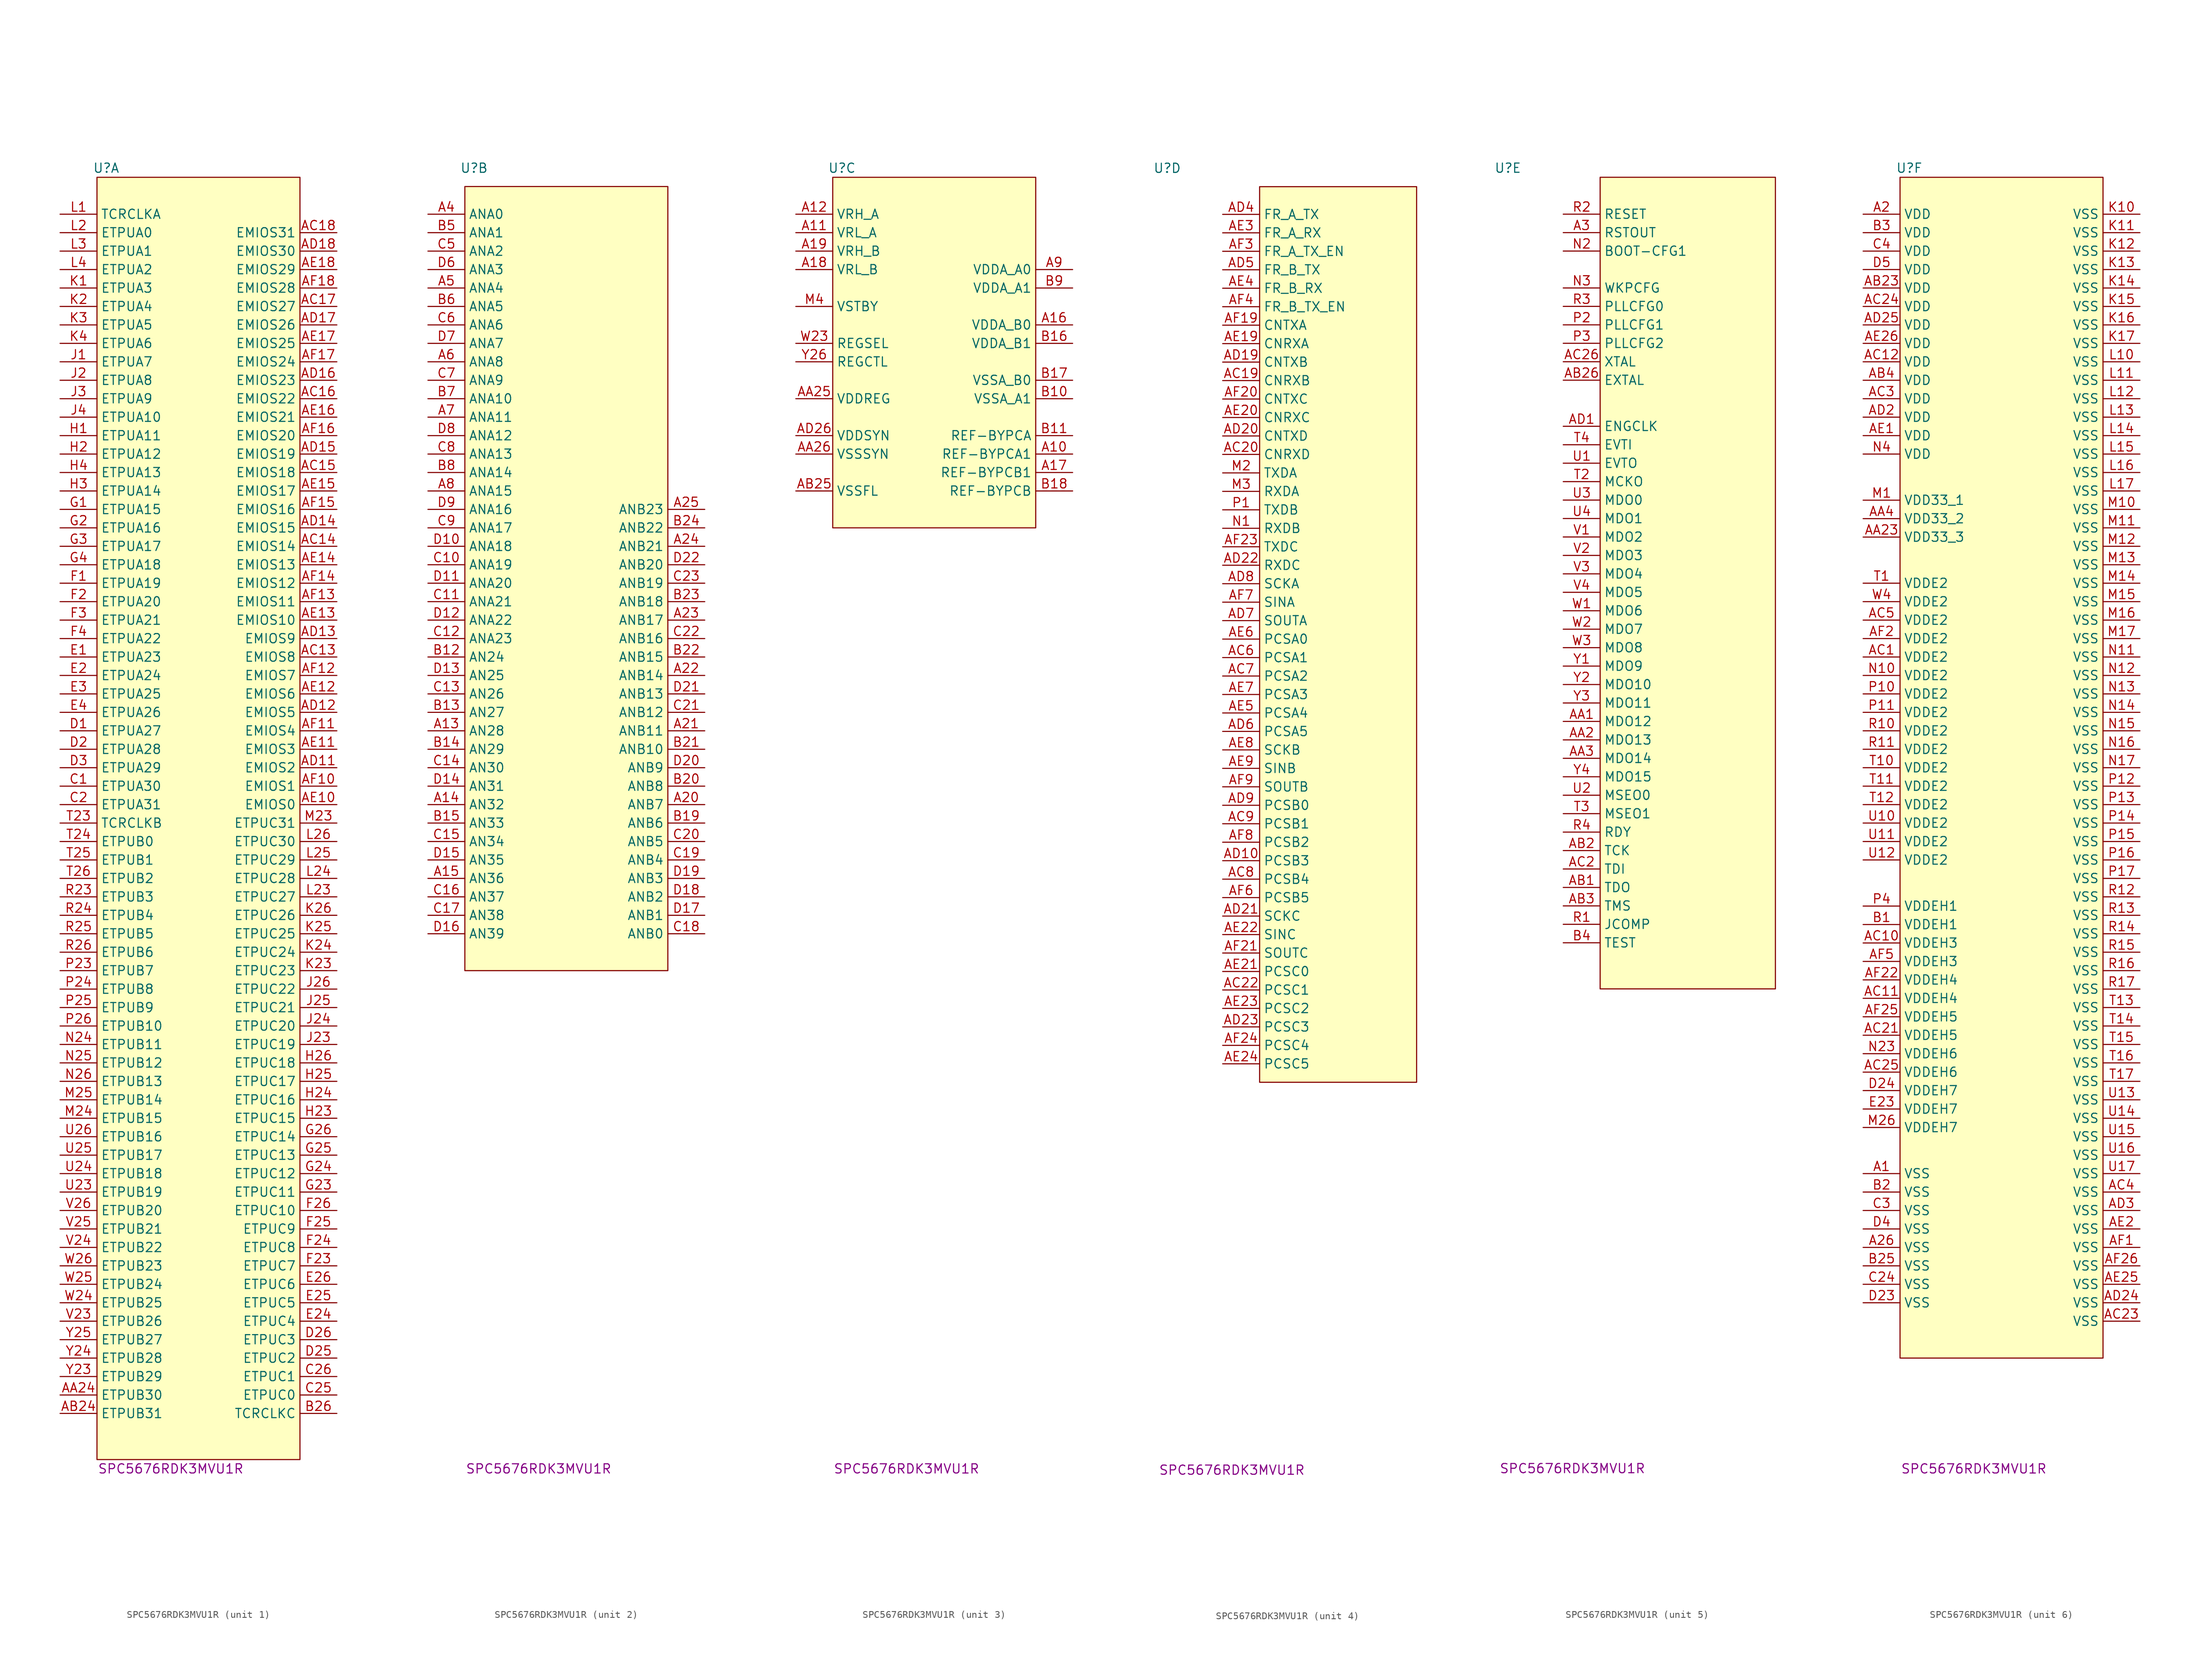
<source format=kicad_sym>
(kicad_symbol_lib
  (version 20231120)
  (generator "kicad_symbol_editor")
  (generator_version "8.0")
  (symbol "SPC5676RDK3MVU1R"
    (property "Reference" "U"
      (at -12.7 6.35 0)
      (effects (font (size 1.27 1.27))))
    (property "Display Value" "SPC5676RDK3MVU1R"
      (at -3.81 -172.72 0)
      (effects (font (size 1.27 1.27))))
    (property "ki_locked" ""
      (at 0 0 0)
      (effects (font (size 1.27 1.27))))
    (symbol "SPC5676RDK3MVU1R_1_1"
      (rectangle (start -13.97 5.08) (end 13.97 -171.45) (stroke (width 0) (type default)) (fill (type background)))
      (pin unspecified line (at -19.05 -162.56 0) (length 5.08) (name "ETPUB30" (effects (font (size 1.27 1.27)))) (number "AA24" (effects (font (size 1.27 1.27)))))
      (pin unspecified line (at -19.05 -165.1 0) (length 5.08) (name "ETPUB31" (effects (font (size 1.27 1.27)))) (number "AB24" (effects (font (size 1.27 1.27)))))
      (pin unspecified line (at 19.05 -60.96 180) (length 5.08) (name "EMIOS8" (effects (font (size 1.27 1.27)))) (number "AC13" (effects (font (size 1.27 1.27)))))
      (pin unspecified line (at 19.05 -45.72 180) (length 5.08) (name "EMIOS14" (effects (font (size 1.27 1.27)))) (number "AC14" (effects (font (size 1.27 1.27)))))
      (pin unspecified line (at 19.05 -35.56 180) (length 5.08) (name "EMIOS18" (effects (font (size 1.27 1.27)))) (number "AC15" (effects (font (size 1.27 1.27)))))
      (pin unspecified line (at 19.05 -25.4 180) (length 5.08) (name "EMIOS22" (effects (font (size 1.27 1.27)))) (number "AC16" (effects (font (size 1.27 1.27)))))
      (pin unspecified line (at 19.05 -12.7 180) (length 5.08) (name "EMIOS27" (effects (font (size 1.27 1.27)))) (number "AC17" (effects (font (size 1.27 1.27)))))
      (pin unspecified line (at 19.05 -2.54 180) (length 5.08) (name "EMIOS31" (effects (font (size 1.27 1.27)))) (number "AC18" (effects (font (size 1.27 1.27)))))
      (pin unspecified line (at 19.05 -76.2 180) (length 5.08) (name "EMIOS2" (effects (font (size 1.27 1.27)))) (number "AD11" (effects (font (size 1.27 1.27)))))
      (pin unspecified line (at 19.05 -68.58 180) (length 5.08) (name "EMIOS5" (effects (font (size 1.27 1.27)))) (number "AD12" (effects (font (size 1.27 1.27)))))
      (pin unspecified line (at 19.05 -58.42 180) (length 5.08) (name "EMIOS9" (effects (font (size 1.27 1.27)))) (number "AD13" (effects (font (size 1.27 1.27)))))
      (pin unspecified line (at 19.05 -43.18 180) (length 5.08) (name "EMIOS15" (effects (font (size 1.27 1.27)))) (number "AD14" (effects (font (size 1.27 1.27)))))
      (pin unspecified line (at 19.05 -33.02 180) (length 5.08) (name "EMIOS19" (effects (font (size 1.27 1.27)))) (number "AD15" (effects (font (size 1.27 1.27)))))
      (pin unspecified line (at 19.05 -22.86 180) (length 5.08) (name "EMIOS23" (effects (font (size 1.27 1.27)))) (number "AD16" (effects (font (size 1.27 1.27)))))
      (pin unspecified line (at 19.05 -15.24 180) (length 5.08) (name "EMIOS26" (effects (font (size 1.27 1.27)))) (number "AD17" (effects (font (size 1.27 1.27)))))
      (pin unspecified line (at 19.05 -5.08 180) (length 5.08) (name "EMIOS30" (effects (font (size 1.27 1.27)))) (number "AD18" (effects (font (size 1.27 1.27)))))
      (pin unspecified line (at 19.05 -81.28 180) (length 5.08) (name "EMIOS0" (effects (font (size 1.27 1.27)))) (number "AE10" (effects (font (size 1.27 1.27)))))
      (pin unspecified line (at 19.05 -73.66 180) (length 5.08) (name "EMIOS3" (effects (font (size 1.27 1.27)))) (number "AE11" (effects (font (size 1.27 1.27)))))
      (pin unspecified line (at 19.05 -66.04 180) (length 5.08) (name "EMIOS6" (effects (font (size 1.27 1.27)))) (number "AE12" (effects (font (size 1.27 1.27)))))
      (pin unspecified line (at 19.05 -55.88 180) (length 5.08) (name "EMIOS10" (effects (font (size 1.27 1.27)))) (number "AE13" (effects (font (size 1.27 1.27)))))
      (pin unspecified line (at 19.05 -48.26 180) (length 5.08) (name "EMIOS13" (effects (font (size 1.27 1.27)))) (number "AE14" (effects (font (size 1.27 1.27)))))
      (pin unspecified line (at 19.05 -38.1 180) (length 5.08) (name "EMIOS17" (effects (font (size 1.27 1.27)))) (number "AE15" (effects (font (size 1.27 1.27)))))
      (pin unspecified line (at 19.05 -27.94 180) (length 5.08) (name "EMIOS21" (effects (font (size 1.27 1.27)))) (number "AE16" (effects (font (size 1.27 1.27)))))
      (pin unspecified line (at 19.05 -17.78 180) (length 5.08) (name "EMIOS25" (effects (font (size 1.27 1.27)))) (number "AE17" (effects (font (size 1.27 1.27)))))
      (pin unspecified line (at 19.05 -7.62 180) (length 5.08) (name "EMIOS29" (effects (font (size 1.27 1.27)))) (number "AE18" (effects (font (size 1.27 1.27)))))
      (pin unspecified line (at 19.05 -78.74 180) (length 5.08) (name "EMIOS1" (effects (font (size 1.27 1.27)))) (number "AF10" (effects (font (size 1.27 1.27)))))
      (pin unspecified line (at 19.05 -71.12 180) (length 5.08) (name "EMIOS4" (effects (font (size 1.27 1.27)))) (number "AF11" (effects (font (size 1.27 1.27)))))
      (pin unspecified line (at 19.05 -63.5 180) (length 5.08) (name "EMIOS7" (effects (font (size 1.27 1.27)))) (number "AF12" (effects (font (size 1.27 1.27)))))
      (pin unspecified line (at 19.05 -53.34 180) (length 5.08) (name "EMIOS11" (effects (font (size 1.27 1.27)))) (number "AF13" (effects (font (size 1.27 1.27)))))
      (pin unspecified line (at 19.05 -50.8 180) (length 5.08) (name "EMIOS12" (effects (font (size 1.27 1.27)))) (number "AF14" (effects (font (size 1.27 1.27)))))
      (pin unspecified line (at 19.05 -40.64 180) (length 5.08) (name "EMIOS16" (effects (font (size 1.27 1.27)))) (number "AF15" (effects (font (size 1.27 1.27)))))
      (pin unspecified line (at 19.05 -30.48 180) (length 5.08) (name "EMIOS20" (effects (font (size 1.27 1.27)))) (number "AF16" (effects (font (size 1.27 1.27)))))
      (pin unspecified line (at 19.05 -20.32 180) (length 5.08) (name "EMIOS24" (effects (font (size 1.27 1.27)))) (number "AF17" (effects (font (size 1.27 1.27)))))
      (pin unspecified line (at 19.05 -10.16 180) (length 5.08) (name "EMIOS28" (effects (font (size 1.27 1.27)))) (number "AF18" (effects (font (size 1.27 1.27)))))
      (pin unspecified line (at 19.05 -165.1 180) (length 5.08) (name "TCRCLKC" (effects (font (size 1.27 1.27)))) (number "B26" (effects (font (size 1.27 1.27)))))
      (pin unspecified line (at -19.05 -78.74 0) (length 5.08) (name "ETPUA30" (effects (font (size 1.27 1.27)))) (number "C1" (effects (font (size 1.27 1.27)))))
      (pin unspecified line (at -19.05 -81.28 0) (length 5.08) (name "ETPUA31" (effects (font (size 1.27 1.27)))) (number "C2" (effects (font (size 1.27 1.27)))))
      (pin unspecified line (at 19.05 -162.56 180) (length 5.08) (name "ETPUC0" (effects (font (size 1.27 1.27)))) (number "C25" (effects (font (size 1.27 1.27)))))
      (pin unspecified line (at 19.05 -160.02 180) (length 5.08) (name "ETPUC1" (effects (font (size 1.27 1.27)))) (number "C26" (effects (font (size 1.27 1.27)))))
      (pin unspecified line (at -19.05 -71.12 0) (length 5.08) (name "ETPUA27" (effects (font (size 1.27 1.27)))) (number "D1" (effects (font (size 1.27 1.27)))))
      (pin unspecified line (at -19.05 -73.66 0) (length 5.08) (name "ETPUA28" (effects (font (size 1.27 1.27)))) (number "D2" (effects (font (size 1.27 1.27)))))
      (pin unspecified line (at 19.05 -157.48 180) (length 5.08) (name "ETPUC2" (effects (font (size 1.27 1.27)))) (number "D25" (effects (font (size 1.27 1.27)))))
      (pin unspecified line (at 19.05 -154.94 180) (length 5.08) (name "ETPUC3" (effects (font (size 1.27 1.27)))) (number "D26" (effects (font (size 1.27 1.27)))))
      (pin unspecified line (at -19.05 -76.2 0) (length 5.08) (name "ETPUA29" (effects (font (size 1.27 1.27)))) (number "D3" (effects (font (size 1.27 1.27)))))
      (pin unspecified line (at -19.05 -60.96 0) (length 5.08) (name "ETPUA23" (effects (font (size 1.27 1.27)))) (number "E1" (effects (font (size 1.27 1.27)))))
      (pin unspecified line (at -19.05 -63.5 0) (length 5.08) (name "ETPUA24" (effects (font (size 1.27 1.27)))) (number "E2" (effects (font (size 1.27 1.27)))))
      (pin unspecified line (at 19.05 -152.4 180) (length 5.08) (name "ETPUC4" (effects (font (size 1.27 1.27)))) (number "E24" (effects (font (size 1.27 1.27)))))
      (pin unspecified line (at 19.05 -149.86 180) (length 5.08) (name "ETPUC5" (effects (font (size 1.27 1.27)))) (number "E25" (effects (font (size 1.27 1.27)))))
      (pin unspecified line (at 19.05 -147.32 180) (length 5.08) (name "ETPUC6" (effects (font (size 1.27 1.27)))) (number "E26" (effects (font (size 1.27 1.27)))))
      (pin unspecified line (at -19.05 -66.04 0) (length 5.08) (name "ETPUA25" (effects (font (size 1.27 1.27)))) (number "E3" (effects (font (size 1.27 1.27)))))
      (pin unspecified line (at -19.05 -68.58 0) (length 5.08) (name "ETPUA26" (effects (font (size 1.27 1.27)))) (number "E4" (effects (font (size 1.27 1.27)))))
      (pin unspecified line (at -19.05 -50.8 0) (length 5.08) (name "ETPUA19" (effects (font (size 1.27 1.27)))) (number "F1" (effects (font (size 1.27 1.27)))))
      (pin unspecified line (at -19.05 -53.34 0) (length 5.08) (name "ETPUA20" (effects (font (size 1.27 1.27)))) (number "F2" (effects (font (size 1.27 1.27)))))
      (pin unspecified line (at 19.05 -144.78 180) (length 5.08) (name "ETPUC7" (effects (font (size 1.27 1.27)))) (number "F23" (effects (font (size 1.27 1.27)))))
      (pin unspecified line (at 19.05 -142.24 180) (length 5.08) (name "ETPUC8" (effects (font (size 1.27 1.27)))) (number "F24" (effects (font (size 1.27 1.27)))))
      (pin unspecified line (at 19.05 -139.7 180) (length 5.08) (name "ETPUC9" (effects (font (size 1.27 1.27)))) (number "F25" (effects (font (size 1.27 1.27)))))
      (pin unspecified line (at 19.05 -137.16 180) (length 5.08) (name "ETPUC10" (effects (font (size 1.27 1.27)))) (number "F26" (effects (font (size 1.27 1.27)))))
      (pin unspecified line (at -19.05 -55.88 0) (length 5.08) (name "ETPUA21" (effects (font (size 1.27 1.27)))) (number "F3" (effects (font (size 1.27 1.27)))))
      (pin unspecified line (at -19.05 -58.42 0) (length 5.08) (name "ETPUA22" (effects (font (size 1.27 1.27)))) (number "F4" (effects (font (size 1.27 1.27)))))
      (pin unspecified line (at -19.05 -40.64 0) (length 5.08) (name "ETPUA15" (effects (font (size 1.27 1.27)))) (number "G1" (effects (font (size 1.27 1.27)))))
      (pin unspecified line (at -19.05 -43.18 0) (length 5.08) (name "ETPUA16" (effects (font (size 1.27 1.27)))) (number "G2" (effects (font (size 1.27 1.27)))))
      (pin unspecified line (at 19.05 -134.62 180) (length 5.08) (name "ETPUC11" (effects (font (size 1.27 1.27)))) (number "G23" (effects (font (size 1.27 1.27)))))
      (pin unspecified line (at 19.05 -132.08 180) (length 5.08) (name "ETPUC12" (effects (font (size 1.27 1.27)))) (number "G24" (effects (font (size 1.27 1.27)))))
      (pin unspecified line (at 19.05 -129.54 180) (length 5.08) (name "ETPUC13" (effects (font (size 1.27 1.27)))) (number "G25" (effects (font (size 1.27 1.27)))))
      (pin unspecified line (at 19.05 -127 180) (length 5.08) (name "ETPUC14" (effects (font (size 1.27 1.27)))) (number "G26" (effects (font (size 1.27 1.27)))))
      (pin unspecified line (at -19.05 -45.72 0) (length 5.08) (name "ETPUA17" (effects (font (size 1.27 1.27)))) (number "G3" (effects (font (size 1.27 1.27)))))
      (pin unspecified line (at -19.05 -48.26 0) (length 5.08) (name "ETPUA18" (effects (font (size 1.27 1.27)))) (number "G4" (effects (font (size 1.27 1.27)))))
      (pin unspecified line (at -19.05 -30.48 0) (length 5.08) (name "ETPUA11" (effects (font (size 1.27 1.27)))) (number "H1" (effects (font (size 1.27 1.27)))))
      (pin unspecified line (at -19.05 -33.02 0) (length 5.08) (name "ETPUA12" (effects (font (size 1.27 1.27)))) (number "H2" (effects (font (size 1.27 1.27)))))
      (pin unspecified line (at 19.05 -124.46 180) (length 5.08) (name "ETPUC15" (effects (font (size 1.27 1.27)))) (number "H23" (effects (font (size 1.27 1.27)))))
      (pin unspecified line (at 19.05 -121.92 180) (length 5.08) (name "ETPUC16" (effects (font (size 1.27 1.27)))) (number "H24" (effects (font (size 1.27 1.27)))))
      (pin unspecified line (at 19.05 -119.38 180) (length 5.08) (name "ETPUC17" (effects (font (size 1.27 1.27)))) (number "H25" (effects (font (size 1.27 1.27)))))
      (pin unspecified line (at 19.05 -116.84 180) (length 5.08) (name "ETPUC18" (effects (font (size 1.27 1.27)))) (number "H26" (effects (font (size 1.27 1.27)))))
      (pin unspecified line (at -19.05 -38.1 0) (length 5.08) (name "ETPUA14" (effects (font (size 1.27 1.27)))) (number "H3" (effects (font (size 1.27 1.27)))))
      (pin unspecified line (at -19.05 -35.56 0) (length 5.08) (name "ETPUA13" (effects (font (size 1.27 1.27)))) (number "H4" (effects (font (size 1.27 1.27)))))
      (pin unspecified line (at -19.05 -20.32 0) (length 5.08) (name "ETPUA7" (effects (font (size 1.27 1.27)))) (number "J1" (effects (font (size 1.27 1.27)))))
      (pin unspecified line (at -19.05 -22.86 0) (length 5.08) (name "ETPUA8" (effects (font (size 1.27 1.27)))) (number "J2" (effects (font (size 1.27 1.27)))))
      (pin unspecified line (at 19.05 -114.3 180) (length 5.08) (name "ETPUC19" (effects (font (size 1.27 1.27)))) (number "J23" (effects (font (size 1.27 1.27)))))
      (pin unspecified line (at 19.05 -111.76 180) (length 5.08) (name "ETPUC20" (effects (font (size 1.27 1.27)))) (number "J24" (effects (font (size 1.27 1.27)))))
      (pin unspecified line (at 19.05 -109.22 180) (length 5.08) (name "ETPUC21" (effects (font (size 1.27 1.27)))) (number "J25" (effects (font (size 1.27 1.27)))))
      (pin unspecified line (at 19.05 -106.68 180) (length 5.08) (name "ETPUC22" (effects (font (size 1.27 1.27)))) (number "J26" (effects (font (size 1.27 1.27)))))
      (pin unspecified line (at -19.05 -25.4 0) (length 5.08) (name "ETPUA9" (effects (font (size 1.27 1.27)))) (number "J3" (effects (font (size 1.27 1.27)))))
      (pin unspecified line (at -19.05 -27.94 0) (length 5.08) (name "ETPUA10" (effects (font (size 1.27 1.27)))) (number "J4" (effects (font (size 1.27 1.27)))))
      (pin unspecified line (at -19.05 -10.16 0) (length 5.08) (name "ETPUA3" (effects (font (size 1.27 1.27)))) (number "K1" (effects (font (size 1.27 1.27)))))
      (pin unspecified line (at -19.05 -12.7 0) (length 5.08) (name "ETPUA4" (effects (font (size 1.27 1.27)))) (number "K2" (effects (font (size 1.27 1.27)))))
      (pin unspecified line (at 19.05 -104.14 180) (length 5.08) (name "ETPUC23" (effects (font (size 1.27 1.27)))) (number "K23" (effects (font (size 1.27 1.27)))))
      (pin unspecified line (at 19.05 -101.6 180) (length 5.08) (name "ETPUC24" (effects (font (size 1.27 1.27)))) (number "K24" (effects (font (size 1.27 1.27)))))
      (pin unspecified line (at 19.05 -99.06 180) (length 5.08) (name "ETPUC25" (effects (font (size 1.27 1.27)))) (number "K25" (effects (font (size 1.27 1.27)))))
      (pin unspecified line (at 19.05 -96.52 180) (length 5.08) (name "ETPUC26" (effects (font (size 1.27 1.27)))) (number "K26" (effects (font (size 1.27 1.27)))))
      (pin unspecified line (at -19.05 -15.24 0) (length 5.08) (name "ETPUA5" (effects (font (size 1.27 1.27)))) (number "K3" (effects (font (size 1.27 1.27)))))
      (pin unspecified line (at -19.05 -17.78 0) (length 5.08) (name "ETPUA6" (effects (font (size 1.27 1.27)))) (number "K4" (effects (font (size 1.27 1.27)))))
      (pin unspecified line (at -19.05 0 0) (length 5.08) (name "TCRCLKA" (effects (font (size 1.27 1.27)))) (number "L1" (effects (font (size 1.27 1.27)))))
      (pin unspecified line (at -19.05 -2.54 0) (length 5.08) (name "ETPUA0" (effects (font (size 1.27 1.27)))) (number "L2" (effects (font (size 1.27 1.27)))))
      (pin unspecified line (at 19.05 -93.98 180) (length 5.08) (name "ETPUC27" (effects (font (size 1.27 1.27)))) (number "L23" (effects (font (size 1.27 1.27)))))
      (pin unspecified line (at 19.05 -91.44 180) (length 5.08) (name "ETPUC28" (effects (font (size 1.27 1.27)))) (number "L24" (effects (font (size 1.27 1.27)))))
      (pin unspecified line (at 19.05 -88.9 180) (length 5.08) (name "ETPUC29" (effects (font (size 1.27 1.27)))) (number "L25" (effects (font (size 1.27 1.27)))))
      (pin unspecified line (at 19.05 -86.36 180) (length 5.08) (name "ETPUC30" (effects (font (size 1.27 1.27)))) (number "L26" (effects (font (size 1.27 1.27)))))
      (pin unspecified line (at -19.05 -5.08 0) (length 5.08) (name "ETPUA1" (effects (font (size 1.27 1.27)))) (number "L3" (effects (font (size 1.27 1.27)))))
      (pin unspecified line (at -19.05 -7.62 0) (length 5.08) (name "ETPUA2" (effects (font (size 1.27 1.27)))) (number "L4" (effects (font (size 1.27 1.27)))))
      (pin unspecified line (at 19.05 -83.82 180) (length 5.08) (name "ETPUC31" (effects (font (size 1.27 1.27)))) (number "M23" (effects (font (size 1.27 1.27)))))
      (pin unspecified line (at -19.05 -124.46 0) (length 5.08) (name "ETPUB15" (effects (font (size 1.27 1.27)))) (number "M24" (effects (font (size 1.27 1.27)))))
      (pin unspecified line (at -19.05 -121.92 0) (length 5.08) (name "ETPUB14" (effects (font (size 1.27 1.27)))) (number "M25" (effects (font (size 1.27 1.27)))))
      (pin unspecified line (at -19.05 -114.3 0) (length 5.08) (name "ETPUB11" (effects (font (size 1.27 1.27)))) (number "N24" (effects (font (size 1.27 1.27)))))
      (pin unspecified line (at -19.05 -116.84 0) (length 5.08) (name "ETPUB12" (effects (font (size 1.27 1.27)))) (number "N25" (effects (font (size 1.27 1.27)))))
      (pin unspecified line (at -19.05 -119.38 0) (length 5.08) (name "ETPUB13" (effects (font (size 1.27 1.27)))) (number "N26" (effects (font (size 1.27 1.27)))))
      (pin unspecified line (at -19.05 -104.14 0) (length 5.08) (name "ETPUB7" (effects (font (size 1.27 1.27)))) (number "P23" (effects (font (size 1.27 1.27)))))
      (pin unspecified line (at -19.05 -106.68 0) (length 5.08) (name "ETPUB8" (effects (font (size 1.27 1.27)))) (number "P24" (effects (font (size 1.27 1.27)))))
      (pin unspecified line (at -19.05 -109.22 0) (length 5.08) (name "ETPUB9" (effects (font (size 1.27 1.27)))) (number "P25" (effects (font (size 1.27 1.27)))))
      (pin unspecified line (at -19.05 -111.76 0) (length 5.08) (name "ETPUB10" (effects (font (size 1.27 1.27)))) (number "P26" (effects (font (size 1.27 1.27)))))
      (pin unspecified line (at -19.05 -93.98 0) (length 5.08) (name "ETPUB3" (effects (font (size 1.27 1.27)))) (number "R23" (effects (font (size 1.27 1.27)))))
      (pin unspecified line (at -19.05 -96.52 0) (length 5.08) (name "ETPUB4" (effects (font (size 1.27 1.27)))) (number "R24" (effects (font (size 1.27 1.27)))))
      (pin unspecified line (at -19.05 -99.06 0) (length 5.08) (name "ETPUB5" (effects (font (size 1.27 1.27)))) (number "R25" (effects (font (size 1.27 1.27)))))
      (pin unspecified line (at -19.05 -101.6 0) (length 5.08) (name "ETPUB6" (effects (font (size 1.27 1.27)))) (number "R26" (effects (font (size 1.27 1.27)))))
      (pin unspecified line (at -19.05 -83.82 0) (length 5.08) (name "TCRCLKB" (effects (font (size 1.27 1.27)))) (number "T23" (effects (font (size 1.27 1.27)))))
      (pin unspecified line (at -19.05 -86.36 0) (length 5.08) (name "ETPUB0" (effects (font (size 1.27 1.27)))) (number "T24" (effects (font (size 1.27 1.27)))))
      (pin unspecified line (at -19.05 -88.9 0) (length 5.08) (name "ETPUB1" (effects (font (size 1.27 1.27)))) (number "T25" (effects (font (size 1.27 1.27)))))
      (pin unspecified line (at -19.05 -91.44 0) (length 5.08) (name "ETPUB2" (effects (font (size 1.27 1.27)))) (number "T26" (effects (font (size 1.27 1.27)))))
      (pin unspecified line (at -19.05 -134.62 0) (length 5.08) (name "ETPUB19" (effects (font (size 1.27 1.27)))) (number "U23" (effects (font (size 1.27 1.27)))))
      (pin unspecified line (at -19.05 -132.08 0) (length 5.08) (name "ETPUB18" (effects (font (size 1.27 1.27)))) (number "U24" (effects (font (size 1.27 1.27)))))
      (pin unspecified line (at -19.05 -129.54 0) (length 5.08) (name "ETPUB17" (effects (font (size 1.27 1.27)))) (number "U25" (effects (font (size 1.27 1.27)))))
      (pin unspecified line (at -19.05 -127 0) (length 5.08) (name "ETPUB16" (effects (font (size 1.27 1.27)))) (number "U26" (effects (font (size 1.27 1.27)))))
      (pin unspecified line (at -19.05 -152.4 0) (length 5.08) (name "ETPUB26" (effects (font (size 1.27 1.27)))) (number "V23" (effects (font (size 1.27 1.27)))))
      (pin unspecified line (at -19.05 -142.24 0) (length 5.08) (name "ETPUB22" (effects (font (size 1.27 1.27)))) (number "V24" (effects (font (size 1.27 1.27)))))
      (pin unspecified line (at -19.05 -139.7 0) (length 5.08) (name "ETPUB21" (effects (font (size 1.27 1.27)))) (number "V25" (effects (font (size 1.27 1.27)))))
      (pin unspecified line (at -19.05 -137.16 0) (length 5.08) (name "ETPUB20" (effects (font (size 1.27 1.27)))) (number "V26" (effects (font (size 1.27 1.27)))))
      (pin unspecified line (at -19.05 -149.86 0) (length 5.08) (name "ETPUB25" (effects (font (size 1.27 1.27)))) (number "W24" (effects (font (size 1.27 1.27)))))
      (pin unspecified line (at -19.05 -147.32 0) (length 5.08) (name "ETPUB24" (effects (font (size 1.27 1.27)))) (number "W25" (effects (font (size 1.27 1.27)))))
      (pin unspecified line (at -19.05 -144.78 0) (length 5.08) (name "ETPUB23" (effects (font (size 1.27 1.27)))) (number "W26" (effects (font (size 1.27 1.27)))))
      (pin unspecified line (at -19.05 -160.02 0) (length 5.08) (name "ETPUB29" (effects (font (size 1.27 1.27)))) (number "Y23" (effects (font (size 1.27 1.27)))))
      (pin unspecified line (at -19.05 -157.48 0) (length 5.08) (name "ETPUB28" (effects (font (size 1.27 1.27)))) (number "Y24" (effects (font (size 1.27 1.27)))))
      (pin unspecified line (at -19.05 -154.94 0) (length 5.08) (name "ETPUB27" (effects (font (size 1.27 1.27)))) (number "Y25" (effects (font (size 1.27 1.27))))))
    (symbol "SPC5676RDK3MVU1R_2_1"
      (rectangle (start -13.97 3.81) (end 13.97 -104.14) (stroke (width 0) (type default)) (fill (type background)))
      (pin unspecified line (at -19.05 -71.12 0) (length 5.08) (name "AN28" (effects (font (size 1.27 1.27)))) (number "A13" (effects (font (size 1.27 1.27)))))
      (pin unspecified line (at -19.05 -81.28 0) (length 5.08) (name "AN32" (effects (font (size 1.27 1.27)))) (number "A14" (effects (font (size 1.27 1.27)))))
      (pin unspecified line (at -19.05 -91.44 0) (length 5.08) (name "AN36" (effects (font (size 1.27 1.27)))) (number "A15" (effects (font (size 1.27 1.27)))))
      (pin unspecified line (at 19.05 -81.28 180) (length 5.08) (name "ANB7" (effects (font (size 1.27 1.27)))) (number "A20" (effects (font (size 1.27 1.27)))))
      (pin unspecified line (at 19.05 -71.12 180) (length 5.08) (name "ANB11" (effects (font (size 1.27 1.27)))) (number "A21" (effects (font (size 1.27 1.27)))))
      (pin unspecified line (at 19.05 -63.5 180) (length 5.08) (name "ANB14" (effects (font (size 1.27 1.27)))) (number "A22" (effects (font (size 1.27 1.27)))))
      (pin unspecified line (at 19.05 -55.88 180) (length 5.08) (name "ANB17" (effects (font (size 1.27 1.27)))) (number "A23" (effects (font (size 1.27 1.27)))))
      (pin unspecified line (at 19.05 -45.72 180) (length 5.08) (name "ANB21" (effects (font (size 1.27 1.27)))) (number "A24" (effects (font (size 1.27 1.27)))))
      (pin unspecified line (at 19.05 -40.64 180) (length 5.08) (name "ANB23" (effects (font (size 1.27 1.27)))) (number "A25" (effects (font (size 1.27 1.27)))))
      (pin unspecified line (at -19.05 0 0) (length 5.08) (name "ANA0" (effects (font (size 1.27 1.27)))) (number "A4" (effects (font (size 1.27 1.27)))))
      (pin unspecified line (at -19.05 -10.16 0) (length 5.08) (name "ANA4" (effects (font (size 1.27 1.27)))) (number "A5" (effects (font (size 1.27 1.27)))))
      (pin unspecified line (at -19.05 -20.32 0) (length 5.08) (name "ANA8" (effects (font (size 1.27 1.27)))) (number "A6" (effects (font (size 1.27 1.27)))))
      (pin unspecified line (at -19.05 -27.94 0) (length 5.08) (name "ANA11" (effects (font (size 1.27 1.27)))) (number "A7" (effects (font (size 1.27 1.27)))))
      (pin unspecified line (at -19.05 -38.1 0) (length 5.08) (name "ANA15" (effects (font (size 1.27 1.27)))) (number "A8" (effects (font (size 1.27 1.27)))))
      (pin unspecified line (at -19.05 -60.96 0) (length 5.08) (name "AN24" (effects (font (size 1.27 1.27)))) (number "B12" (effects (font (size 1.27 1.27)))))
      (pin unspecified line (at -19.05 -68.58 0) (length 5.08) (name "AN27" (effects (font (size 1.27 1.27)))) (number "B13" (effects (font (size 1.27 1.27)))))
      (pin unspecified line (at -19.05 -73.66 0) (length 5.08) (name "AN29" (effects (font (size 1.27 1.27)))) (number "B14" (effects (font (size 1.27 1.27)))))
      (pin unspecified line (at -19.05 -83.82 0) (length 5.08) (name "AN33" (effects (font (size 1.27 1.27)))) (number "B15" (effects (font (size 1.27 1.27)))))
      (pin unspecified line (at 19.05 -83.82 180) (length 5.08) (name "ANB6" (effects (font (size 1.27 1.27)))) (number "B19" (effects (font (size 1.27 1.27)))))
      (pin unspecified line (at 19.05 -78.74 180) (length 5.08) (name "ANB8" (effects (font (size 1.27 1.27)))) (number "B20" (effects (font (size 1.27 1.27)))))
      (pin unspecified line (at 19.05 -73.66 180) (length 5.08) (name "ANB10" (effects (font (size 1.27 1.27)))) (number "B21" (effects (font (size 1.27 1.27)))))
      (pin unspecified line (at 19.05 -60.96 180) (length 5.08) (name "ANB15" (effects (font (size 1.27 1.27)))) (number "B22" (effects (font (size 1.27 1.27)))))
      (pin unspecified line (at 19.05 -53.34 180) (length 5.08) (name "ANB18" (effects (font (size 1.27 1.27)))) (number "B23" (effects (font (size 1.27 1.27)))))
      (pin unspecified line (at 19.05 -43.18 180) (length 5.08) (name "ANB22" (effects (font (size 1.27 1.27)))) (number "B24" (effects (font (size 1.27 1.27)))))
      (pin unspecified line (at -19.05 -2.54 0) (length 5.08) (name "ANA1" (effects (font (size 1.27 1.27)))) (number "B5" (effects (font (size 1.27 1.27)))))
      (pin unspecified line (at -19.05 -12.7 0) (length 5.08) (name "ANA5" (effects (font (size 1.27 1.27)))) (number "B6" (effects (font (size 1.27 1.27)))))
      (pin unspecified line (at -19.05 -25.4 0) (length 5.08) (name "ANA10" (effects (font (size 1.27 1.27)))) (number "B7" (effects (font (size 1.27 1.27)))))
      (pin unspecified line (at -19.05 -35.56 0) (length 5.08) (name "ANA14" (effects (font (size 1.27 1.27)))) (number "B8" (effects (font (size 1.27 1.27)))))
      (pin unspecified line (at -19.05 -48.26 0) (length 5.08) (name "ANA19" (effects (font (size 1.27 1.27)))) (number "C10" (effects (font (size 1.27 1.27)))))
      (pin unspecified line (at -19.05 -53.34 0) (length 5.08) (name "ANA21" (effects (font (size 1.27 1.27)))) (number "C11" (effects (font (size 1.27 1.27)))))
      (pin unspecified line (at -19.05 -58.42 0) (length 5.08) (name "ANA23" (effects (font (size 1.27 1.27)))) (number "C12" (effects (font (size 1.27 1.27)))))
      (pin unspecified line (at -19.05 -66.04 0) (length 5.08) (name "AN26" (effects (font (size 1.27 1.27)))) (number "C13" (effects (font (size 1.27 1.27)))))
      (pin unspecified line (at -19.05 -76.2 0) (length 5.08) (name "AN30" (effects (font (size 1.27 1.27)))) (number "C14" (effects (font (size 1.27 1.27)))))
      (pin unspecified line (at -19.05 -86.36 0) (length 5.08) (name "AN34" (effects (font (size 1.27 1.27)))) (number "C15" (effects (font (size 1.27 1.27)))))
      (pin unspecified line (at -19.05 -93.98 0) (length 5.08) (name "AN37" (effects (font (size 1.27 1.27)))) (number "C16" (effects (font (size 1.27 1.27)))))
      (pin unspecified line (at -19.05 -96.52 0) (length 5.08) (name "AN38" (effects (font (size 1.27 1.27)))) (number "C17" (effects (font (size 1.27 1.27)))))
      (pin unspecified line (at 19.05 -99.06 180) (length 5.08) (name "ANB0" (effects (font (size 1.27 1.27)))) (number "C18" (effects (font (size 1.27 1.27)))))
      (pin unspecified line (at 19.05 -88.9 180) (length 5.08) (name "ANB4" (effects (font (size 1.27 1.27)))) (number "C19" (effects (font (size 1.27 1.27)))))
      (pin unspecified line (at 19.05 -86.36 180) (length 5.08) (name "ANB5" (effects (font (size 1.27 1.27)))) (number "C20" (effects (font (size 1.27 1.27)))))
      (pin unspecified line (at 19.05 -68.58 180) (length 5.08) (name "ANB12" (effects (font (size 1.27 1.27)))) (number "C21" (effects (font (size 1.27 1.27)))))
      (pin unspecified line (at 19.05 -58.42 180) (length 5.08) (name "ANB16" (effects (font (size 1.27 1.27)))) (number "C22" (effects (font (size 1.27 1.27)))))
      (pin unspecified line (at 19.05 -50.8 180) (length 5.08) (name "ANB19" (effects (font (size 1.27 1.27)))) (number "C23" (effects (font (size 1.27 1.27)))))
      (pin unspecified line (at -19.05 -5.08 0) (length 5.08) (name "ANA2" (effects (font (size 1.27 1.27)))) (number "C5" (effects (font (size 1.27 1.27)))))
      (pin unspecified line (at -19.05 -15.24 0) (length 5.08) (name "ANA6" (effects (font (size 1.27 1.27)))) (number "C6" (effects (font (size 1.27 1.27)))))
      (pin unspecified line (at -19.05 -22.86 0) (length 5.08) (name "ANA9" (effects (font (size 1.27 1.27)))) (number "C7" (effects (font (size 1.27 1.27)))))
      (pin unspecified line (at -19.05 -33.02 0) (length 5.08) (name "ANA13" (effects (font (size 1.27 1.27)))) (number "C8" (effects (font (size 1.27 1.27)))))
      (pin unspecified line (at -19.05 -43.18 0) (length 5.08) (name "ANA17" (effects (font (size 1.27 1.27)))) (number "C9" (effects (font (size 1.27 1.27)))))
      (pin unspecified line (at -19.05 -45.72 0) (length 5.08) (name "ANA18" (effects (font (size 1.27 1.27)))) (number "D10" (effects (font (size 1.27 1.27)))))
      (pin unspecified line (at -19.05 -50.8 0) (length 5.08) (name "ANA20" (effects (font (size 1.27 1.27)))) (number "D11" (effects (font (size 1.27 1.27)))))
      (pin unspecified line (at -19.05 -55.88 0) (length 5.08) (name "ANA22" (effects (font (size 1.27 1.27)))) (number "D12" (effects (font (size 1.27 1.27)))))
      (pin unspecified line (at -19.05 -63.5 0) (length 5.08) (name "AN25" (effects (font (size 1.27 1.27)))) (number "D13" (effects (font (size 1.27 1.27)))))
      (pin unspecified line (at -19.05 -78.74 0) (length 5.08) (name "AN31" (effects (font (size 1.27 1.27)))) (number "D14" (effects (font (size 1.27 1.27)))))
      (pin unspecified line (at -19.05 -88.9 0) (length 5.08) (name "AN35" (effects (font (size 1.27 1.27)))) (number "D15" (effects (font (size 1.27 1.27)))))
      (pin unspecified line (at -19.05 -99.06 0) (length 5.08) (name "AN39" (effects (font (size 1.27 1.27)))) (number "D16" (effects (font (size 1.27 1.27)))))
      (pin unspecified line (at 19.05 -96.52 180) (length 5.08) (name "ANB1" (effects (font (size 1.27 1.27)))) (number "D17" (effects (font (size 1.27 1.27)))))
      (pin unspecified line (at 19.05 -93.98 180) (length 5.08) (name "ANB2" (effects (font (size 1.27 1.27)))) (number "D18" (effects (font (size 1.27 1.27)))))
      (pin unspecified line (at 19.05 -91.44 180) (length 5.08) (name "ANB3" (effects (font (size 1.27 1.27)))) (number "D19" (effects (font (size 1.27 1.27)))))
      (pin unspecified line (at 19.05 -76.2 180) (length 5.08) (name "ANB9" (effects (font (size 1.27 1.27)))) (number "D20" (effects (font (size 1.27 1.27)))))
      (pin unspecified line (at 19.05 -66.04 180) (length 5.08) (name "ANB13" (effects (font (size 1.27 1.27)))) (number "D21" (effects (font (size 1.27 1.27)))))
      (pin unspecified line (at 19.05 -48.26 180) (length 5.08) (name "ANB20" (effects (font (size 1.27 1.27)))) (number "D22" (effects (font (size 1.27 1.27)))))
      (pin unspecified line (at -19.05 -7.62 0) (length 5.08) (name "ANA3" (effects (font (size 1.27 1.27)))) (number "D6" (effects (font (size 1.27 1.27)))))
      (pin unspecified line (at -19.05 -17.78 0) (length 5.08) (name "ANA7" (effects (font (size 1.27 1.27)))) (number "D7" (effects (font (size 1.27 1.27)))))
      (pin unspecified line (at -19.05 -30.48 0) (length 5.08) (name "ANA12" (effects (font (size 1.27 1.27)))) (number "D8" (effects (font (size 1.27 1.27)))))
      (pin unspecified line (at -19.05 -40.64 0) (length 5.08) (name "ANA16" (effects (font (size 1.27 1.27)))) (number "D9" (effects (font (size 1.27 1.27))))))
    (symbol "SPC5676RDK3MVU1R_3_1"
      (rectangle (start -13.97 5.08) (end 13.97 -43.18) (stroke (width 0) (type default)) (fill (type background)))
      (pin unspecified line (at 19.05 -33.02 180) (length 5.08) (name "REF-BYPCA1" (effects (font (size 1.27 1.27)))) (number "A10" (effects (font (size 1.27 1.27)))))
      (pin unspecified line (at -19.05 -2.54 0) (length 5.08) (name "VRL_A" (effects (font (size 1.27 1.27)))) (number "A11" (effects (font (size 1.27 1.27)))))
      (pin unspecified line (at -19.05 0 0) (length 5.08) (name "VRH_A" (effects (font (size 1.27 1.27)))) (number "A12" (effects (font (size 1.27 1.27)))))
      (pin unspecified line (at 19.05 -15.24 180) (length 5.08) (name "VDDA_B0" (effects (font (size 1.27 1.27)))) (number "A16" (effects (font (size 1.27 1.27)))))
      (pin unspecified line (at 19.05 -35.56 180) (length 5.08) (name "REF-BYPCB1" (effects (font (size 1.27 1.27)))) (number "A17" (effects (font (size 1.27 1.27)))))
      (pin unspecified line (at -19.05 -7.62 0) (length 5.08) (name "VRL_B" (effects (font (size 1.27 1.27)))) (number "A18" (effects (font (size 1.27 1.27)))))
      (pin unspecified line (at -19.05 -5.08 0) (length 5.08) (name "VRH_B" (effects (font (size 1.27 1.27)))) (number "A19" (effects (font (size 1.27 1.27)))))
      (pin unspecified line (at 19.05 -7.62 180) (length 5.08) (name "VDDA_A0" (effects (font (size 1.27 1.27)))) (number "A9" (effects (font (size 1.27 1.27)))))
      (pin unspecified line (at -19.05 -25.4 0) (length 5.08) (name "VDDREG" (effects (font (size 1.27 1.27)))) (number "AA25" (effects (font (size 1.27 1.27)))))
      (pin unspecified line (at -19.05 -33.02 0) (length 5.08) (name "VSSSYN" (effects (font (size 1.27 1.27)))) (number "AA26" (effects (font (size 1.27 1.27)))))
      (pin unspecified line (at -19.05 -38.1 0) (length 5.08) (name "VSSFL" (effects (font (size 1.27 1.27)))) (number "AB25" (effects (font (size 1.27 1.27)))))
      (pin unspecified line (at -19.05 -30.48 0) (length 5.08) (name "VDDSYN" (effects (font (size 1.27 1.27)))) (number "AD26" (effects (font (size 1.27 1.27)))))
      (pin unspecified line (at 19.05 -25.4 180) (length 5.08) (name "VSSA_A1" (effects (font (size 1.27 1.27)))) (number "B10" (effects (font (size 1.27 1.27)))))
      (pin unspecified line (at 19.05 -30.48 180) (length 5.08) (name "REF-BYPCA" (effects (font (size 1.27 1.27)))) (number "B11" (effects (font (size 1.27 1.27)))))
      (pin unspecified line (at 19.05 -17.78 180) (length 5.08) (name "VDDA_B1" (effects (font (size 1.27 1.27)))) (number "B16" (effects (font (size 1.27 1.27)))))
      (pin unspecified line (at 19.05 -22.86 180) (length 5.08) (name "VSSA_B0" (effects (font (size 1.27 1.27)))) (number "B17" (effects (font (size 1.27 1.27)))))
      (pin unspecified line (at 19.05 -38.1 180) (length 5.08) (name "REF-BYPCB" (effects (font (size 1.27 1.27)))) (number "B18" (effects (font (size 1.27 1.27)))))
      (pin unspecified line (at 19.05 -10.16 180) (length 5.08) (name "VDDA_A1" (effects (font (size 1.27 1.27)))) (number "B9" (effects (font (size 1.27 1.27)))))
      (pin unspecified line (at -19.05 -12.7 0) (length 5.08) (name "VSTBY" (effects (font (size 1.27 1.27)))) (number "M4" (effects (font (size 1.27 1.27)))))
      (pin unspecified line (at -19.05 -17.78 0) (length 5.08) (name "REGSEL" (effects (font (size 1.27 1.27)))) (number "W23" (effects (font (size 1.27 1.27)))))
      (pin unspecified line (at -19.05 -20.32 0) (length 5.08) (name "REGCTL" (effects (font (size 1.27 1.27)))) (number "Y26" (effects (font (size 1.27 1.27))))))
    (symbol "SPC5676RDK3MVU1R_4_1"
      (rectangle (start 0 3.81) (end 21.59 -119.38) (stroke (width 0) (type default)) (fill (type background)))
      (pin unspecified line (at -5.08 -22.86 0) (length 5.08) (name "CNRXB" (effects (font (size 1.27 1.27)))) (number "AC19" (effects (font (size 1.27 1.27)))))
      (pin unspecified line (at -5.08 -33.02 0) (length 5.08) (name "CNRXD" (effects (font (size 1.27 1.27)))) (number "AC20" (effects (font (size 1.27 1.27)))))
      (pin unspecified line (at -5.08 -106.68 0) (length 5.08) (name "PCSC1" (effects (font (size 1.27 1.27)))) (number "AC22" (effects (font (size 1.27 1.27)))))
      (pin unspecified line (at -5.08 -60.96 0) (length 5.08) (name "PCSA1" (effects (font (size 1.27 1.27)))) (number "AC6" (effects (font (size 1.27 1.27)))))
      (pin unspecified line (at -5.08 -63.5 0) (length 5.08) (name "PCSA2" (effects (font (size 1.27 1.27)))) (number "AC7" (effects (font (size 1.27 1.27)))))
      (pin unspecified line (at -5.08 -91.44 0) (length 5.08) (name "PCSB4" (effects (font (size 1.27 1.27)))) (number "AC8" (effects (font (size 1.27 1.27)))))
      (pin unspecified line (at -5.08 -83.82 0) (length 5.08) (name "PCSB1" (effects (font (size 1.27 1.27)))) (number "AC9" (effects (font (size 1.27 1.27)))))
      (pin unspecified line (at -5.08 -88.9 0) (length 5.08) (name "PCSB3" (effects (font (size 1.27 1.27)))) (number "AD10" (effects (font (size 1.27 1.27)))))
      (pin unspecified line (at -5.08 -20.32 0) (length 5.08) (name "CNTXB" (effects (font (size 1.27 1.27)))) (number "AD19" (effects (font (size 1.27 1.27)))))
      (pin unspecified line (at -5.08 -30.48 0) (length 5.08) (name "CNTXD" (effects (font (size 1.27 1.27)))) (number "AD20" (effects (font (size 1.27 1.27)))))
      (pin unspecified line (at -5.08 -96.52 0) (length 5.08) (name "SCKC" (effects (font (size 1.27 1.27)))) (number "AD21" (effects (font (size 1.27 1.27)))))
      (pin unspecified line (at -5.08 -48.26 0) (length 5.08) (name "RXDC" (effects (font (size 1.27 1.27)))) (number "AD22" (effects (font (size 1.27 1.27)))))
      (pin unspecified line (at -5.08 -111.76 0) (length 5.08) (name "PCSC3" (effects (font (size 1.27 1.27)))) (number "AD23" (effects (font (size 1.27 1.27)))))
      (pin unspecified line (at -5.08 0 0) (length 5.08) (name "FR_A_TX" (effects (font (size 1.27 1.27)))) (number "AD4" (effects (font (size 1.27 1.27)))))
      (pin unspecified line (at -5.08 -7.62 0) (length 5.08) (name "FR_B_TX" (effects (font (size 1.27 1.27)))) (number "AD5" (effects (font (size 1.27 1.27)))))
      (pin unspecified line (at -5.08 -71.12 0) (length 5.08) (name "PCSA5" (effects (font (size 1.27 1.27)))) (number "AD6" (effects (font (size 1.27 1.27)))))
      (pin unspecified line (at -5.08 -55.88 0) (length 5.08) (name "SOUTA" (effects (font (size 1.27 1.27)))) (number "AD7" (effects (font (size 1.27 1.27)))))
      (pin unspecified line (at -5.08 -50.8 0) (length 5.08) (name "SCKA" (effects (font (size 1.27 1.27)))) (number "AD8" (effects (font (size 1.27 1.27)))))
      (pin unspecified line (at -5.08 -81.28 0) (length 5.08) (name "PCSB0" (effects (font (size 1.27 1.27)))) (number "AD9" (effects (font (size 1.27 1.27)))))
      (pin unspecified line (at -5.08 -17.78 0) (length 5.08) (name "CNRXA" (effects (font (size 1.27 1.27)))) (number "AE19" (effects (font (size 1.27 1.27)))))
      (pin unspecified line (at -5.08 -27.94 0) (length 5.08) (name "CNRXC" (effects (font (size 1.27 1.27)))) (number "AE20" (effects (font (size 1.27 1.27)))))
      (pin unspecified line (at -5.08 -104.14 0) (length 5.08) (name "PCSC0" (effects (font (size 1.27 1.27)))) (number "AE21" (effects (font (size 1.27 1.27)))))
      (pin unspecified line (at -5.08 -99.06 0) (length 5.08) (name "SINC" (effects (font (size 1.27 1.27)))) (number "AE22" (effects (font (size 1.27 1.27)))))
      (pin unspecified line (at -5.08 -109.22 0) (length 5.08) (name "PCSC2" (effects (font (size 1.27 1.27)))) (number "AE23" (effects (font (size 1.27 1.27)))))
      (pin unspecified line (at -5.08 -116.84 0) (length 5.08) (name "PCSC5" (effects (font (size 1.27 1.27)))) (number "AE24" (effects (font (size 1.27 1.27)))))
      (pin unspecified line (at -5.08 -2.54 0) (length 5.08) (name "FR_A_RX" (effects (font (size 1.27 1.27)))) (number "AE3" (effects (font (size 1.27 1.27)))))
      (pin unspecified line (at -5.08 -10.16 0) (length 5.08) (name "FR_B_RX" (effects (font (size 1.27 1.27)))) (number "AE4" (effects (font (size 1.27 1.27)))))
      (pin unspecified line (at -5.08 -68.58 0) (length 5.08) (name "PCSA4" (effects (font (size 1.27 1.27)))) (number "AE5" (effects (font (size 1.27 1.27)))))
      (pin unspecified line (at -5.08 -58.42 0) (length 5.08) (name "PCSA0" (effects (font (size 1.27 1.27)))) (number "AE6" (effects (font (size 1.27 1.27)))))
      (pin unspecified line (at -5.08 -66.04 0) (length 5.08) (name "PCSA3" (effects (font (size 1.27 1.27)))) (number "AE7" (effects (font (size 1.27 1.27)))))
      (pin unspecified line (at -5.08 -73.66 0) (length 5.08) (name "SCKB" (effects (font (size 1.27 1.27)))) (number "AE8" (effects (font (size 1.27 1.27)))))
      (pin unspecified line (at -5.08 -76.2 0) (length 5.08) (name "SINB" (effects (font (size 1.27 1.27)))) (number "AE9" (effects (font (size 1.27 1.27)))))
      (pin unspecified line (at -5.08 -15.24 0) (length 5.08) (name "CNTXA" (effects (font (size 1.27 1.27)))) (number "AF19" (effects (font (size 1.27 1.27)))))
      (pin unspecified line (at -5.08 -25.4 0) (length 5.08) (name "CNTXC" (effects (font (size 1.27 1.27)))) (number "AF20" (effects (font (size 1.27 1.27)))))
      (pin unspecified line (at -5.08 -101.6 0) (length 5.08) (name "SOUTC" (effects (font (size 1.27 1.27)))) (number "AF21" (effects (font (size 1.27 1.27)))))
      (pin unspecified line (at -5.08 -45.72 0) (length 5.08) (name "TXDC" (effects (font (size 1.27 1.27)))) (number "AF23" (effects (font (size 1.27 1.27)))))
      (pin unspecified line (at -5.08 -114.3 0) (length 5.08) (name "PCSC4" (effects (font (size 1.27 1.27)))) (number "AF24" (effects (font (size 1.27 1.27)))))
      (pin unspecified line (at -5.08 -5.08 0) (length 5.08) (name "FR_A_TX_EN" (effects (font (size 1.27 1.27)))) (number "AF3" (effects (font (size 1.27 1.27)))))
      (pin unspecified line (at -5.08 -12.7 0) (length 5.08) (name "FR_B_TX_EN" (effects (font (size 1.27 1.27)))) (number "AF4" (effects (font (size 1.27 1.27)))))
      (pin unspecified line (at -5.08 -93.98 0) (length 5.08) (name "PCSB5" (effects (font (size 1.27 1.27)))) (number "AF6" (effects (font (size 1.27 1.27)))))
      (pin unspecified line (at -5.08 -53.34 0) (length 5.08) (name "SINA" (effects (font (size 1.27 1.27)))) (number "AF7" (effects (font (size 1.27 1.27)))))
      (pin unspecified line (at -5.08 -86.36 0) (length 5.08) (name "PCSB2" (effects (font (size 1.27 1.27)))) (number "AF8" (effects (font (size 1.27 1.27)))))
      (pin unspecified line (at -5.08 -78.74 0) (length 5.08) (name "SOUTB" (effects (font (size 1.27 1.27)))) (number "AF9" (effects (font (size 1.27 1.27)))))
      (pin unspecified line (at -5.08 -35.56 0) (length 5.08) (name "TXDA" (effects (font (size 1.27 1.27)))) (number "M2" (effects (font (size 1.27 1.27)))))
      (pin unspecified line (at -5.08 -38.1 0) (length 5.08) (name "RXDA" (effects (font (size 1.27 1.27)))) (number "M3" (effects (font (size 1.27 1.27)))))
      (pin unspecified line (at -5.08 -43.18 0) (length 5.08) (name "RXDB" (effects (font (size 1.27 1.27)))) (number "N1" (effects (font (size 1.27 1.27)))))
      (pin unspecified line (at -5.08 -40.64 0) (length 5.08) (name "TXDB" (effects (font (size 1.27 1.27)))) (number "P1" (effects (font (size 1.27 1.27))))))
    (symbol "SPC5676RDK3MVU1R_5_1"
      (rectangle (start 0 5.08) (end 24.13 -106.68) (stroke (width 0) (type default)) (fill (type background)))
      (pin unspecified line (at -5.08 -2.54 0) (length 5.08) (name "RSTOUT" (effects (font (size 1.27 1.27)))) (number "A3" (effects (font (size 1.27 1.27)))))
      (pin unspecified line (at -5.08 -69.85 0) (length 5.08) (name "MDO12" (effects (font (size 1.27 1.27)))) (number "AA1" (effects (font (size 1.27 1.27)))))
      (pin unspecified line (at -5.08 -72.39 0) (length 5.08) (name "MDO13" (effects (font (size 1.27 1.27)))) (number "AA2" (effects (font (size 1.27 1.27)))))
      (pin unspecified line (at -5.08 -74.93 0) (length 5.08) (name "MDO14" (effects (font (size 1.27 1.27)))) (number "AA3" (effects (font (size 1.27 1.27)))))
      (pin unspecified line (at -5.08 -92.71 0) (length 5.08) (name "TDO" (effects (font (size 1.27 1.27)))) (number "AB1" (effects (font (size 1.27 1.27)))))
      (pin unspecified line (at -5.08 -87.63 0) (length 5.08) (name "TCK" (effects (font (size 1.27 1.27)))) (number "AB2" (effects (font (size 1.27 1.27)))))
      (pin unspecified line (at -5.08 -22.86 0) (length 5.08) (name "EXTAL" (effects (font (size 1.27 1.27)))) (number "AB26" (effects (font (size 1.27 1.27)))))
      (pin unspecified line (at -5.08 -95.25 0) (length 5.08) (name "TMS" (effects (font (size 1.27 1.27)))) (number "AB3" (effects (font (size 1.27 1.27)))))
      (pin unspecified line (at -5.08 -90.17 0) (length 5.08) (name "TDI" (effects (font (size 1.27 1.27)))) (number "AC2" (effects (font (size 1.27 1.27)))))
      (pin unspecified line (at -5.08 -20.32 0) (length 5.08) (name "XTAL" (effects (font (size 1.27 1.27)))) (number "AC26" (effects (font (size 1.27 1.27)))))
      (pin unspecified line (at -5.08 -29.21 0) (length 5.08) (name "ENGCLK" (effects (font (size 1.27 1.27)))) (number "AD1" (effects (font (size 1.27 1.27)))))
      (pin unspecified line (at -5.08 -100.33 0) (length 5.08) (name "TEST" (effects (font (size 1.27 1.27)))) (number "B4" (effects (font (size 1.27 1.27)))))
      (pin unspecified line (at -5.08 -5.08 0) (length 5.08) (name "BOOT-CFG1" (effects (font (size 1.27 1.27)))) (number "N2" (effects (font (size 1.27 1.27)))))
      (pin unspecified line (at -5.08 -10.16 0) (length 5.08) (name "WKPCFG" (effects (font (size 1.27 1.27)))) (number "N3" (effects (font (size 1.27 1.27)))))
      (pin unspecified line (at -5.08 -15.24 0) (length 5.08) (name "PLLCFG1" (effects (font (size 1.27 1.27)))) (number "P2" (effects (font (size 1.27 1.27)))))
      (pin unspecified line (at -5.08 -17.78 0) (length 5.08) (name "PLLCFG2" (effects (font (size 1.27 1.27)))) (number "P3" (effects (font (size 1.27 1.27)))))
      (pin unspecified line (at -5.08 -97.79 0) (length 5.08) (name "JCOMP" (effects (font (size 1.27 1.27)))) (number "R1" (effects (font (size 1.27 1.27)))))
      (pin unspecified line (at -5.08 0 0) (length 5.08) (name "RESET" (effects (font (size 1.27 1.27)))) (number "R2" (effects (font (size 1.27 1.27)))))
      (pin unspecified line (at -5.08 -12.7 0) (length 5.08) (name "PLLCFG0" (effects (font (size 1.27 1.27)))) (number "R3" (effects (font (size 1.27 1.27)))))
      (pin unspecified line (at -5.08 -85.09 0) (length 5.08) (name "RDY" (effects (font (size 1.27 1.27)))) (number "R4" (effects (font (size 1.27 1.27)))))
      (pin unspecified line (at -5.08 -36.83 0) (length 5.08) (name "MCKO" (effects (font (size 1.27 1.27)))) (number "T2" (effects (font (size 1.27 1.27)))))
      (pin unspecified line (at -5.08 -82.55 0) (length 5.08) (name "MSEO1" (effects (font (size 1.27 1.27)))) (number "T3" (effects (font (size 1.27 1.27)))))
      (pin unspecified line (at -5.08 -31.75 0) (length 5.08) (name "EVTI" (effects (font (size 1.27 1.27)))) (number "T4" (effects (font (size 1.27 1.27)))))
      (pin unspecified line (at -5.08 -34.29 0) (length 5.08) (name "EVTO" (effects (font (size 1.27 1.27)))) (number "U1" (effects (font (size 1.27 1.27)))))
      (pin unspecified line (at -5.08 -80.01 0) (length 5.08) (name "MSEO0" (effects (font (size 1.27 1.27)))) (number "U2" (effects (font (size 1.27 1.27)))))
      (pin unspecified line (at -5.08 -39.37 0) (length 5.08) (name "MDO0" (effects (font (size 1.27 1.27)))) (number "U3" (effects (font (size 1.27 1.27)))))
      (pin unspecified line (at -5.08 -41.91 0) (length 5.08) (name "MDO1" (effects (font (size 1.27 1.27)))) (number "U4" (effects (font (size 1.27 1.27)))))
      (pin unspecified line (at -5.08 -44.45 0) (length 5.08) (name "MDO2" (effects (font (size 1.27 1.27)))) (number "V1" (effects (font (size 1.27 1.27)))))
      (pin unspecified line (at -5.08 -46.99 0) (length 5.08) (name "MDO3" (effects (font (size 1.27 1.27)))) (number "V2" (effects (font (size 1.27 1.27)))))
      (pin unspecified line (at -5.08 -49.53 0) (length 5.08) (name "MDO4" (effects (font (size 1.27 1.27)))) (number "V3" (effects (font (size 1.27 1.27)))))
      (pin unspecified line (at -5.08 -52.07 0) (length 5.08) (name "MDO5" (effects (font (size 1.27 1.27)))) (number "V4" (effects (font (size 1.27 1.27)))))
      (pin unspecified line (at -5.08 -54.61 0) (length 5.08) (name "MDO6" (effects (font (size 1.27 1.27)))) (number "W1" (effects (font (size 1.27 1.27)))))
      (pin unspecified line (at -5.08 -57.15 0) (length 5.08) (name "MDO7" (effects (font (size 1.27 1.27)))) (number "W2" (effects (font (size 1.27 1.27)))))
      (pin unspecified line (at -5.08 -59.69 0) (length 5.08) (name "MDO8" (effects (font (size 1.27 1.27)))) (number "W3" (effects (font (size 1.27 1.27)))))
      (pin unspecified line (at -5.08 -62.23 0) (length 5.08) (name "MDO9" (effects (font (size 1.27 1.27)))) (number "Y1" (effects (font (size 1.27 1.27)))))
      (pin unspecified line (at -5.08 -64.77 0) (length 5.08) (name "MDO10" (effects (font (size 1.27 1.27)))) (number "Y2" (effects (font (size 1.27 1.27)))))
      (pin unspecified line (at -5.08 -67.31 0) (length 5.08) (name "MDO11" (effects (font (size 1.27 1.27)))) (number "Y3" (effects (font (size 1.27 1.27)))))
      (pin unspecified line (at -5.08 -77.47 0) (length 5.08) (name "MDO15" (effects (font (size 1.27 1.27)))) (number "Y4" (effects (font (size 1.27 1.27))))))
    (symbol "SPC5676RDK3MVU1R_6_1"
      (rectangle (start -13.97 5.08) (end 13.97 -157.48) (stroke (width 0) (type default)) (fill (type background)))
      (pin unspecified line (at -19.05 -132.08 0) (length 5.08) (name "VSS" (effects (font (size 1.27 1.27)))) (number "A1" (effects (font (size 1.27 1.27)))))
      (pin unspecified line (at -19.05 0 0) (length 5.08) (name "VDD" (effects (font (size 1.27 1.27)))) (number "A2" (effects (font (size 1.27 1.27)))))
      (pin unspecified line (at -19.05 -142.24 0) (length 5.08) (name "VSS" (effects (font (size 1.27 1.27)))) (number "A26" (effects (font (size 1.27 1.27)))))
      (pin unspecified line (at -19.05 -44.45 0) (length 5.08) (name "VDD33_3" (effects (font (size 1.27 1.27)))) (number "AA23" (effects (font (size 1.27 1.27)))))
      (pin unspecified line (at -19.05 -41.91 0) (length 5.08) (name "VDD33_2" (effects (font (size 1.27 1.27)))) (number "AA4" (effects (font (size 1.27 1.27)))))
      (pin unspecified line (at -19.05 -10.16 0) (length 5.08) (name "VDD" (effects (font (size 1.27 1.27)))) (number "AB23" (effects (font (size 1.27 1.27)))))
      (pin unspecified line (at -19.05 -22.86 0) (length 5.08) (name "VDD" (effects (font (size 1.27 1.27)))) (number "AB4" (effects (font (size 1.27 1.27)))))
      (pin unspecified line (at -19.05 -60.96 0) (length 5.08) (name "VDDE2" (effects (font (size 1.27 1.27)))) (number "AC1" (effects (font (size 1.27 1.27)))))
      (pin unspecified line (at -19.05 -100.33 0) (length 5.08) (name "VDDEH3" (effects (font (size 1.27 1.27)))) (number "AC10" (effects (font (size 1.27 1.27)))))
      (pin unspecified line (at -19.05 -107.95 0) (length 5.08) (name "VDDEH4" (effects (font (size 1.27 1.27)))) (number "AC11" (effects (font (size 1.27 1.27)))))
      (pin unspecified line (at -19.05 -20.32 0) (length 5.08) (name "VDD" (effects (font (size 1.27 1.27)))) (number "AC12" (effects (font (size 1.27 1.27)))))
      (pin unspecified line (at -19.05 -113.03 0) (length 5.08) (name "VDDEH5" (effects (font (size 1.27 1.27)))) (number "AC21" (effects (font (size 1.27 1.27)))))
      (pin unspecified line (at 19.05 -152.4 180) (length 5.08) (name "VSS" (effects (font (size 1.27 1.27)))) (number "AC23" (effects (font (size 1.27 1.27)))))
      (pin unspecified line (at -19.05 -12.7 0) (length 5.08) (name "VDD" (effects (font (size 1.27 1.27)))) (number "AC24" (effects (font (size 1.27 1.27)))))
      (pin unspecified line (at -19.05 -118.11 0) (length 5.08) (name "VDDEH6" (effects (font (size 1.27 1.27)))) (number "AC25" (effects (font (size 1.27 1.27)))))
      (pin unspecified line (at -19.05 -25.4 0) (length 5.08) (name "VDD" (effects (font (size 1.27 1.27)))) (number "AC3" (effects (font (size 1.27 1.27)))))
      (pin unspecified line (at 19.05 -134.62 180) (length 5.08) (name "VSS" (effects (font (size 1.27 1.27)))) (number "AC4" (effects (font (size 1.27 1.27)))))
      (pin unspecified line (at -19.05 -55.88 0) (length 5.08) (name "VDDE2" (effects (font (size 1.27 1.27)))) (number "AC5" (effects (font (size 1.27 1.27)))))
      (pin unspecified line (at -19.05 -27.94 0) (length 5.08) (name "VDD" (effects (font (size 1.27 1.27)))) (number "AD2" (effects (font (size 1.27 1.27)))))
      (pin unspecified line (at 19.05 -149.86 180) (length 5.08) (name "VSS" (effects (font (size 1.27 1.27)))) (number "AD24" (effects (font (size 1.27 1.27)))))
      (pin unspecified line (at -19.05 -15.24 0) (length 5.08) (name "VDD" (effects (font (size 1.27 1.27)))) (number "AD25" (effects (font (size 1.27 1.27)))))
      (pin unspecified line (at 19.05 -137.16 180) (length 5.08) (name "VSS" (effects (font (size 1.27 1.27)))) (number "AD3" (effects (font (size 1.27 1.27)))))
      (pin unspecified line (at -19.05 -30.48 0) (length 5.08) (name "VDD" (effects (font (size 1.27 1.27)))) (number "AE1" (effects (font (size 1.27 1.27)))))
      (pin unspecified line (at 19.05 -139.7 180) (length 5.08) (name "VSS" (effects (font (size 1.27 1.27)))) (number "AE2" (effects (font (size 1.27 1.27)))))
      (pin unspecified line (at 19.05 -147.32 180) (length 5.08) (name "VSS" (effects (font (size 1.27 1.27)))) (number "AE25" (effects (font (size 1.27 1.27)))))
      (pin unspecified line (at -19.05 -17.78 0) (length 5.08) (name "VDD" (effects (font (size 1.27 1.27)))) (number "AE26" (effects (font (size 1.27 1.27)))))
      (pin unspecified line (at 19.05 -142.24 180) (length 5.08) (name "VSS" (effects (font (size 1.27 1.27)))) (number "AF1" (effects (font (size 1.27 1.27)))))
      (pin unspecified line (at -19.05 -58.42 0) (length 5.08) (name "VDDE2" (effects (font (size 1.27 1.27)))) (number "AF2" (effects (font (size 1.27 1.27)))))
      (pin unspecified line (at -19.05 -105.41 0) (length 5.08) (name "VDDEH4" (effects (font (size 1.27 1.27)))) (number "AF22" (effects (font (size 1.27 1.27)))))
      (pin unspecified line (at -19.05 -110.49 0) (length 5.08) (name "VDDEH5" (effects (font (size 1.27 1.27)))) (number "AF25" (effects (font (size 1.27 1.27)))))
      (pin unspecified line (at 19.05 -144.78 180) (length 5.08) (name "VSS" (effects (font (size 1.27 1.27)))) (number "AF26" (effects (font (size 1.27 1.27)))))
      (pin unspecified line (at -19.05 -102.87 0) (length 5.08) (name "VDDEH3" (effects (font (size 1.27 1.27)))) (number "AF5" (effects (font (size 1.27 1.27)))))
      (pin unspecified line (at -19.05 -97.79 0) (length 5.08) (name "VDDEH1" (effects (font (size 1.27 1.27)))) (number "B1" (effects (font (size 1.27 1.27)))))
      (pin unspecified line (at -19.05 -134.62 0) (length 5.08) (name "VSS" (effects (font (size 1.27 1.27)))) (number "B2" (effects (font (size 1.27 1.27)))))
      (pin unspecified line (at -19.05 -144.78 0) (length 5.08) (name "VSS" (effects (font (size 1.27 1.27)))) (number "B25" (effects (font (size 1.27 1.27)))))
      (pin unspecified line (at -19.05 -2.54 0) (length 5.08) (name "VDD" (effects (font (size 1.27 1.27)))) (number "B3" (effects (font (size 1.27 1.27)))))
      (pin unspecified line (at -19.05 -147.32 0) (length 5.08) (name "VSS" (effects (font (size 1.27 1.27)))) (number "C24" (effects (font (size 1.27 1.27)))))
      (pin unspecified line (at -19.05 -137.16 0) (length 5.08) (name "VSS" (effects (font (size 1.27 1.27)))) (number "C3" (effects (font (size 1.27 1.27)))))
      (pin unspecified line (at -19.05 -5.08 0) (length 5.08) (name "VDD" (effects (font (size 1.27 1.27)))) (number "C4" (effects (font (size 1.27 1.27)))))
      (pin unspecified line (at -19.05 -149.86 0) (length 5.08) (name "VSS" (effects (font (size 1.27 1.27)))) (number "D23" (effects (font (size 1.27 1.27)))))
      (pin unspecified line (at -19.05 -120.65 0) (length 5.08) (name "VDDEH7" (effects (font (size 1.27 1.27)))) (number "D24" (effects (font (size 1.27 1.27)))))
      (pin unspecified line (at -19.05 -139.7 0) (length 5.08) (name "VSS" (effects (font (size 1.27 1.27)))) (number "D4" (effects (font (size 1.27 1.27)))))
      (pin unspecified line (at -19.05 -7.62 0) (length 5.08) (name "VDD" (effects (font (size 1.27 1.27)))) (number "D5" (effects (font (size 1.27 1.27)))))
      (pin unspecified line (at -19.05 -123.19 0) (length 5.08) (name "VDDEH7" (effects (font (size 1.27 1.27)))) (number "E23" (effects (font (size 1.27 1.27)))))
      (pin unspecified line (at 19.05 0 180) (length 5.08) (name "VSS" (effects (font (size 1.27 1.27)))) (number "K10" (effects (font (size 1.27 1.27)))))
      (pin unspecified line (at 19.05 -2.54 180) (length 5.08) (name "VSS" (effects (font (size 1.27 1.27)))) (number "K11" (effects (font (size 1.27 1.27)))))
      (pin unspecified line (at 19.05 -5.08 180) (length 5.08) (name "VSS" (effects (font (size 1.27 1.27)))) (number "K12" (effects (font (size 1.27 1.27)))))
      (pin unspecified line (at 19.05 -7.62 180) (length 5.08) (name "VSS" (effects (font (size 1.27 1.27)))) (number "K13" (effects (font (size 1.27 1.27)))))
      (pin unspecified line (at 19.05 -10.16 180) (length 5.08) (name "VSS" (effects (font (size 1.27 1.27)))) (number "K14" (effects (font (size 1.27 1.27)))))
      (pin unspecified line (at 19.05 -12.7 180) (length 5.08) (name "VSS" (effects (font (size 1.27 1.27)))) (number "K15" (effects (font (size 1.27 1.27)))))
      (pin unspecified line (at 19.05 -15.24 180) (length 5.08) (name "VSS" (effects (font (size 1.27 1.27)))) (number "K16" (effects (font (size 1.27 1.27)))))
      (pin unspecified line (at 19.05 -17.78 180) (length 5.08) (name "VSS" (effects (font (size 1.27 1.27)))) (number "K17" (effects (font (size 1.27 1.27)))))
      (pin unspecified line (at 19.05 -20.32 180) (length 5.08) (name "VSS" (effects (font (size 1.27 1.27)))) (number "L10" (effects (font (size 1.27 1.27)))))
      (pin unspecified line (at 19.05 -22.86 180) (length 5.08) (name "VSS" (effects (font (size 1.27 1.27)))) (number "L11" (effects (font (size 1.27 1.27)))))
      (pin unspecified line (at 19.05 -25.4 180) (length 5.08) (name "VSS" (effects (font (size 1.27 1.27)))) (number "L12" (effects (font (size 1.27 1.27)))))
      (pin unspecified line (at 19.05 -27.94 180) (length 5.08) (name "VSS" (effects (font (size 1.27 1.27)))) (number "L13" (effects (font (size 1.27 1.27)))))
      (pin unspecified line (at 19.05 -30.48 180) (length 5.08) (name "VSS" (effects (font (size 1.27 1.27)))) (number "L14" (effects (font (size 1.27 1.27)))))
      (pin unspecified line (at 19.05 -33.02 180) (length 5.08) (name "VSS" (effects (font (size 1.27 1.27)))) (number "L15" (effects (font (size 1.27 1.27)))))
      (pin unspecified line (at 19.05 -35.56 180) (length 5.08) (name "VSS" (effects (font (size 1.27 1.27)))) (number "L16" (effects (font (size 1.27 1.27)))))
      (pin unspecified line (at 19.05 -38.1 180) (length 5.08) (name "VSS" (effects (font (size 1.27 1.27)))) (number "L17" (effects (font (size 1.27 1.27)))))
      (pin unspecified line (at -19.05 -39.37 0) (length 5.08) (name "VDD33_1" (effects (font (size 1.27 1.27)))) (number "M1" (effects (font (size 1.27 1.27)))))
      (pin unspecified line (at 19.05 -40.64 180) (length 5.08) (name "VSS" (effects (font (size 1.27 1.27)))) (number "M10" (effects (font (size 1.27 1.27)))))
      (pin unspecified line (at 19.05 -43.18 180) (length 5.08) (name "VSS" (effects (font (size 1.27 1.27)))) (number "M11" (effects (font (size 1.27 1.27)))))
      (pin unspecified line (at 19.05 -45.72 180) (length 5.08) (name "VSS" (effects (font (size 1.27 1.27)))) (number "M12" (effects (font (size 1.27 1.27)))))
      (pin unspecified line (at 19.05 -48.26 180) (length 5.08) (name "VSS" (effects (font (size 1.27 1.27)))) (number "M13" (effects (font (size 1.27 1.27)))))
      (pin unspecified line (at 19.05 -50.8 180) (length 5.08) (name "VSS" (effects (font (size 1.27 1.27)))) (number "M14" (effects (font (size 1.27 1.27)))))
      (pin unspecified line (at 19.05 -53.34 180) (length 5.08) (name "VSS" (effects (font (size 1.27 1.27)))) (number "M15" (effects (font (size 1.27 1.27)))))
      (pin unspecified line (at 19.05 -55.88 180) (length 5.08) (name "VSS" (effects (font (size 1.27 1.27)))) (number "M16" (effects (font (size 1.27 1.27)))))
      (pin unspecified line (at 19.05 -58.42 180) (length 5.08) (name "VSS" (effects (font (size 1.27 1.27)))) (number "M17" (effects (font (size 1.27 1.27)))))
      (pin unspecified line (at -19.05 -125.73 0) (length 5.08) (name "VDDEH7" (effects (font (size 1.27 1.27)))) (number "M26" (effects (font (size 1.27 1.27)))))
      (pin unspecified line (at -19.05 -63.5 0) (length 5.08) (name "VDDE2" (effects (font (size 1.27 1.27)))) (number "N10" (effects (font (size 1.27 1.27)))))
      (pin unspecified line (at 19.05 -60.96 180) (length 5.08) (name "VSS" (effects (font (size 1.27 1.27)))) (number "N11" (effects (font (size 1.27 1.27)))))
      (pin unspecified line (at 19.05 -63.5 180) (length 5.08) (name "VSS" (effects (font (size 1.27 1.27)))) (number "N12" (effects (font (size 1.27 1.27)))))
      (pin unspecified line (at 19.05 -66.04 180) (length 5.08) (name "VSS" (effects (font (size 1.27 1.27)))) (number "N13" (effects (font (size 1.27 1.27)))))
      (pin unspecified line (at 19.05 -68.58 180) (length 5.08) (name "VSS" (effects (font (size 1.27 1.27)))) (number "N14" (effects (font (size 1.27 1.27)))))
      (pin unspecified line (at 19.05 -71.12 180) (length 5.08) (name "VSS" (effects (font (size 1.27 1.27)))) (number "N15" (effects (font (size 1.27 1.27)))))
      (pin unspecified line (at 19.05 -73.66 180) (length 5.08) (name "VSS" (effects (font (size 1.27 1.27)))) (number "N16" (effects (font (size 1.27 1.27)))))
      (pin unspecified line (at 19.05 -76.2 180) (length 5.08) (name "VSS" (effects (font (size 1.27 1.27)))) (number "N17" (effects (font (size 1.27 1.27)))))
      (pin unspecified line (at -19.05 -115.57 0) (length 5.08) (name "VDDEH6" (effects (font (size 1.27 1.27)))) (number "N23" (effects (font (size 1.27 1.27)))))
      (pin unspecified line (at -19.05 -33.02 0) (length 5.08) (name "VDD" (effects (font (size 1.27 1.27)))) (number "N4" (effects (font (size 1.27 1.27)))))
      (pin unspecified line (at -19.05 -66.04 0) (length 5.08) (name "VDDE2" (effects (font (size 1.27 1.27)))) (number "P10" (effects (font (size 1.27 1.27)))))
      (pin unspecified line (at -19.05 -68.58 0) (length 5.08) (name "VDDE2" (effects (font (size 1.27 1.27)))) (number "P11" (effects (font (size 1.27 1.27)))))
      (pin unspecified line (at 19.05 -78.74 180) (length 5.08) (name "VSS" (effects (font (size 1.27 1.27)))) (number "P12" (effects (font (size 1.27 1.27)))))
      (pin unspecified line (at 19.05 -81.28 180) (length 5.08) (name "VSS" (effects (font (size 1.27 1.27)))) (number "P13" (effects (font (size 1.27 1.27)))))
      (pin unspecified line (at 19.05 -83.82 180) (length 5.08) (name "VSS" (effects (font (size 1.27 1.27)))) (number "P14" (effects (font (size 1.27 1.27)))))
      (pin unspecified line (at 19.05 -86.36 180) (length 5.08) (name "VSS" (effects (font (size 1.27 1.27)))) (number "P15" (effects (font (size 1.27 1.27)))))
      (pin unspecified line (at 19.05 -88.9 180) (length 5.08) (name "VSS" (effects (font (size 1.27 1.27)))) (number "P16" (effects (font (size 1.27 1.27)))))
      (pin unspecified line (at 19.05 -91.44 180) (length 5.08) (name "VSS" (effects (font (size 1.27 1.27)))) (number "P17" (effects (font (size 1.27 1.27)))))
      (pin unspecified line (at -19.05 -95.25 0) (length 5.08) (name "VDDEH1" (effects (font (size 1.27 1.27)))) (number "P4" (effects (font (size 1.27 1.27)))))
      (pin unspecified line (at -19.05 -71.12 0) (length 5.08) (name "VDDE2" (effects (font (size 1.27 1.27)))) (number "R10" (effects (font (size 1.27 1.27)))))
      (pin unspecified line (at -19.05 -73.66 0) (length 5.08) (name "VDDE2" (effects (font (size 1.27 1.27)))) (number "R11" (effects (font (size 1.27 1.27)))))
      (pin unspecified line (at 19.05 -93.98 180) (length 5.08) (name "VSS" (effects (font (size 1.27 1.27)))) (number "R12" (effects (font (size 1.27 1.27)))))
      (pin unspecified line (at 19.05 -96.52 180) (length 5.08) (name "VSS" (effects (font (size 1.27 1.27)))) (number "R13" (effects (font (size 1.27 1.27)))))
      (pin unspecified line (at 19.05 -99.06 180) (length 5.08) (name "VSS" (effects (font (size 1.27 1.27)))) (number "R14" (effects (font (size 1.27 1.27)))))
      (pin unspecified line (at 19.05 -101.6 180) (length 5.08) (name "VSS" (effects (font (size 1.27 1.27)))) (number "R15" (effects (font (size 1.27 1.27)))))
      (pin unspecified line (at 19.05 -104.14 180) (length 5.08) (name "VSS" (effects (font (size 1.27 1.27)))) (number "R16" (effects (font (size 1.27 1.27)))))
      (pin unspecified line (at 19.05 -106.68 180) (length 5.08) (name "VSS" (effects (font (size 1.27 1.27)))) (number "R17" (effects (font (size 1.27 1.27)))))
      (pin unspecified line (at -19.05 -50.8 0) (length 5.08) (name "VDDE2" (effects (font (size 1.27 1.27)))) (number "T1" (effects (font (size 1.27 1.27)))))
      (pin unspecified line (at -19.05 -76.2 0) (length 5.08) (name "VDDE2" (effects (font (size 1.27 1.27)))) (number "T10" (effects (font (size 1.27 1.27)))))
      (pin unspecified line (at -19.05 -78.74 0) (length 5.08) (name "VDDE2" (effects (font (size 1.27 1.27)))) (number "T11" (effects (font (size 1.27 1.27)))))
      (pin unspecified line (at -19.05 -81.28 0) (length 5.08) (name "VDDE2" (effects (font (size 1.27 1.27)))) (number "T12" (effects (font (size 1.27 1.27)))))
      (pin unspecified line (at 19.05 -109.22 180) (length 5.08) (name "VSS" (effects (font (size 1.27 1.27)))) (number "T13" (effects (font (size 1.27 1.27)))))
      (pin unspecified line (at 19.05 -111.76 180) (length 5.08) (name "VSS" (effects (font (size 1.27 1.27)))) (number "T14" (effects (font (size 1.27 1.27)))))
      (pin unspecified line (at 19.05 -114.3 180) (length 5.08) (name "VSS" (effects (font (size 1.27 1.27)))) (number "T15" (effects (font (size 1.27 1.27)))))
      (pin unspecified line (at 19.05 -116.84 180) (length 5.08) (name "VSS" (effects (font (size 1.27 1.27)))) (number "T16" (effects (font (size 1.27 1.27)))))
      (pin unspecified line (at 19.05 -119.38 180) (length 5.08) (name "VSS" (effects (font (size 1.27 1.27)))) (number "T17" (effects (font (size 1.27 1.27)))))
      (pin unspecified line (at -19.05 -83.82 0) (length 5.08) (name "VDDE2" (effects (font (size 1.27 1.27)))) (number "U10" (effects (font (size 1.27 1.27)))))
      (pin unspecified line (at -19.05 -86.36 0) (length 5.08) (name "VDDE2" (effects (font (size 1.27 1.27)))) (number "U11" (effects (font (size 1.27 1.27)))))
      (pin unspecified line (at -19.05 -88.9 0) (length 5.08) (name "VDDE2" (effects (font (size 1.27 1.27)))) (number "U12" (effects (font (size 1.27 1.27)))))
      (pin unspecified line (at 19.05 -121.92 180) (length 5.08) (name "VSS" (effects (font (size 1.27 1.27)))) (number "U13" (effects (font (size 1.27 1.27)))))
      (pin unspecified line (at 19.05 -124.46 180) (length 5.08) (name "VSS" (effects (font (size 1.27 1.27)))) (number "U14" (effects (font (size 1.27 1.27)))))
      (pin unspecified line (at 19.05 -127 180) (length 5.08) (name "VSS" (effects (font (size 1.27 1.27)))) (number "U15" (effects (font (size 1.27 1.27)))))
      (pin unspecified line (at 19.05 -129.54 180) (length 5.08) (name "VSS" (effects (font (size 1.27 1.27)))) (number "U16" (effects (font (size 1.27 1.27)))))
      (pin unspecified line (at 19.05 -132.08 180) (length 5.08) (name "VSS" (effects (font (size 1.27 1.27)))) (number "U17" (effects (font (size 1.27 1.27)))))
      (pin unspecified line (at -19.05 -53.34 0) (length 5.08) (name "VDDE2" (effects (font (size 1.27 1.27)))) (number "W4" (effects (font (size 1.27 1.27))))))))
</source>
